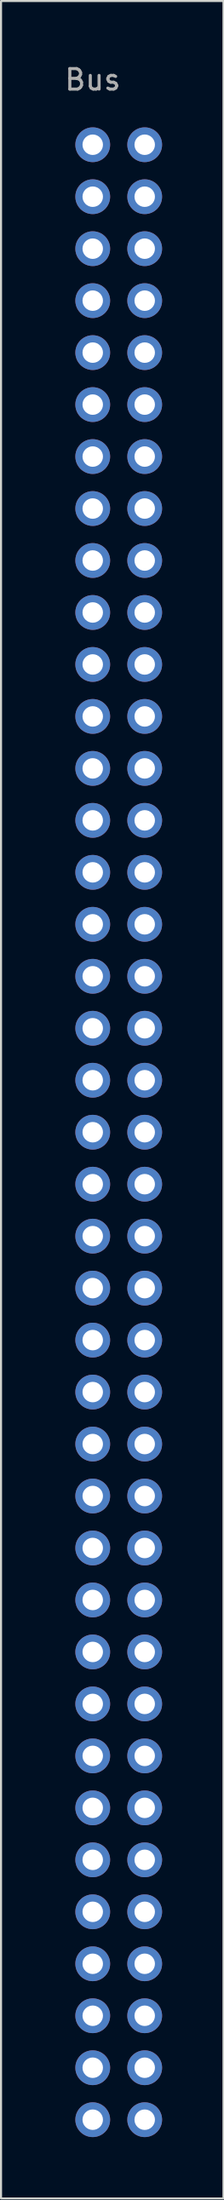
<source format=kicad_pcb>
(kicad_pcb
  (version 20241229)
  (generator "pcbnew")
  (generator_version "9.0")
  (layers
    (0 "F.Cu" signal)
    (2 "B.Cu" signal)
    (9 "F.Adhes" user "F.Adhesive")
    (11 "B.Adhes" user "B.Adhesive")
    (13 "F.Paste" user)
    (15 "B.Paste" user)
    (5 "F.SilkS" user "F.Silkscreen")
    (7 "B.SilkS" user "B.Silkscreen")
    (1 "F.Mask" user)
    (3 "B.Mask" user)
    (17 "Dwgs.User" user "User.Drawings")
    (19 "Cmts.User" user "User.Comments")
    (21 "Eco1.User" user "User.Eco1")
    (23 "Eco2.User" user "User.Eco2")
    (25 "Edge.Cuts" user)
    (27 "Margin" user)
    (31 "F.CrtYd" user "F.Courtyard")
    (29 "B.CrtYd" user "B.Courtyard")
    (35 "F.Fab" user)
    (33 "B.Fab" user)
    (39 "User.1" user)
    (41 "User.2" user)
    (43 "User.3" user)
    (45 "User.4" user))
  (footprint "Bus"
    (layer "F.Cu")
    (at 1.482 4.023)
    (property "Reference" "Bus" (at 0 -3.175 0) (layer "F.Fab") (effects (font (size 1 1) (thickness 0.15))))
    (attr through_hole)
    (pad "1" thru_hole oval (at 0 0) (size 1.7 1.7) (drill 1) (layers "*.Cu" "*.Mask"))
    (pad "1" thru_hole oval (at 2.54 0) (size 1.7 1.7) (drill 1) (layers "*.Cu" "*.Mask"))
    (pad "2" thru_hole oval (at 0 2.54) (size 1.7 1.7) (drill 1) (layers "*.Cu" "*.Mask"))
    (pad "2" thru_hole oval (at 2.54 2.54) (size 1.7 1.7) (drill 1) (layers "*.Cu" "*.Mask"))
    (pad "3" thru_hole oval (at 0 5.08) (size 1.7 1.7) (drill 1) (layers "*.Cu" "*.Mask"))
    (pad "3" thru_hole oval (at 2.54 5.08) (size 1.7 1.7) (drill 1) (layers "*.Cu" "*.Mask"))
    (pad "4" thru_hole oval (at 0 7.62) (size 1.7 1.7) (drill 1) (layers "*.Cu" "*.Mask"))
    (pad "4" thru_hole oval (at 2.54 7.62) (size 1.7 1.7) (drill 1) (layers "*.Cu" "*.Mask"))
    (pad "5" thru_hole oval (at 0 10.16) (size 1.7 1.7) (drill 1) (layers "*.Cu" "*.Mask"))
    (pad "5" thru_hole oval (at 2.54 10.16) (size 1.7 1.7) (drill 1) (layers "*.Cu" "*.Mask"))
    (pad "6" thru_hole oval (at 0 12.7) (size 1.7 1.7) (drill 1) (layers "*.Cu" "*.Mask"))
    (pad "6" thru_hole oval (at 2.54 12.7) (size 1.7 1.7) (drill 1) (layers "*.Cu" "*.Mask"))
    (pad "7" thru_hole oval (at 0 15.24) (size 1.7 1.7) (drill 1) (layers "*.Cu" "*.Mask"))
    (pad "7" thru_hole oval (at 2.54 15.24) (size 1.7 1.7) (drill 1) (layers "*.Cu" "*.Mask"))
    (pad "8" thru_hole oval (at 0 17.78) (size 1.7 1.7) (drill 1) (layers "*.Cu" "*.Mask"))
    (pad "8" thru_hole oval (at 2.54 17.78) (size 1.7 1.7) (drill 1) (layers "*.Cu" "*.Mask"))
    (pad "9" thru_hole oval (at 0 20.32) (size 1.7 1.7) (drill 1) (layers "*.Cu" "*.Mask"))
    (pad "9" thru_hole oval (at 2.54 20.32) (size 1.7 1.7) (drill 1) (layers "*.Cu" "*.Mask"))
    (pad "10" thru_hole oval (at 0 22.86) (size 1.7 1.7) (drill 1) (layers "*.Cu" "*.Mask"))
    (pad "10" thru_hole oval (at 2.54 22.86) (size 1.7 1.7) (drill 1) (layers "*.Cu" "*.Mask"))
    (pad "11" thru_hole oval (at 0 25.4) (size 1.7 1.7) (drill 1) (layers "*.Cu" "*.Mask"))
    (pad "11" thru_hole oval (at 2.54 25.4) (size 1.7 1.7) (drill 1) (layers "*.Cu" "*.Mask"))
    (pad "12" thru_hole oval (at 0 27.94) (size 1.7 1.7) (drill 1) (layers "*.Cu" "*.Mask"))
    (pad "12" thru_hole oval (at 2.54 27.94) (size 1.7 1.7) (drill 1) (layers "*.Cu" "*.Mask"))
    (pad "13" thru_hole oval (at 0 30.48) (size 1.7 1.7) (drill 1) (layers "*.Cu" "*.Mask"))
    (pad "13" thru_hole oval (at 2.54 30.48) (size 1.7 1.7) (drill 1) (layers "*.Cu" "*.Mask"))
    (pad "14" thru_hole oval (at 0 33.02) (size 1.7 1.7) (drill 1) (layers "*.Cu" "*.Mask"))
    (pad "14" thru_hole oval (at 2.54 33.02) (size 1.7 1.7) (drill 1) (layers "*.Cu" "*.Mask"))
    (pad "15" thru_hole oval (at 0 35.56) (size 1.7 1.7) (drill 1) (layers "*.Cu" "*.Mask"))
    (pad "15" thru_hole oval (at 2.54 35.56) (size 1.7 1.7) (drill 1) (layers "*.Cu" "*.Mask"))
    (pad "16" thru_hole oval (at 0 38.1) (size 1.7 1.7) (drill 1) (layers "*.Cu" "*.Mask"))
    (pad "16" thru_hole oval (at 2.54 38.1) (size 1.7 1.7) (drill 1) (layers "*.Cu" "*.Mask"))
    (pad "17" thru_hole oval (at 0 40.64) (size 1.7 1.7) (drill 1) (layers "*.Cu" "*.Mask"))
    (pad "17" thru_hole oval (at 2.54 40.64) (size 1.7 1.7) (drill 1) (layers "*.Cu" "*.Mask"))
    (pad "18" thru_hole oval (at 0 43.18) (size 1.7 1.7) (drill 1) (layers "*.Cu" "*.Mask"))
    (pad "18" thru_hole oval (at 2.54 43.18) (size 1.7 1.7) (drill 1) (layers "*.Cu" "*.Mask"))
    (pad "19" thru_hole oval (at 0 45.72) (size 1.7 1.7) (drill 1) (layers "*.Cu" "*.Mask"))
    (pad "19" thru_hole oval (at 2.54 45.72) (size 1.7 1.7) (drill 1) (layers "*.Cu" "*.Mask"))
    (pad "20" thru_hole oval (at 0 48.26) (size 1.7 1.7) (drill 1) (layers "*.Cu" "*.Mask"))
    (pad "20" thru_hole oval (at 2.54 48.26) (size 1.7 1.7) (drill 1) (layers "*.Cu" "*.Mask"))
    (pad "21" thru_hole oval (at 0 50.8) (size 1.7 1.7) (drill 1) (layers "*.Cu" "*.Mask"))
    (pad "21" thru_hole oval (at 2.54 50.8) (size 1.7 1.7) (drill 1) (layers "*.Cu" "*.Mask"))
    (pad "22" thru_hole oval (at 0 53.34) (size 1.7 1.7) (drill 1) (layers "*.Cu" "*.Mask"))
    (pad "22" thru_hole oval (at 2.54 53.34) (size 1.7 1.7) (drill 1) (layers "*.Cu" "*.Mask"))
    (pad "23" thru_hole oval (at 0 55.88) (size 1.7 1.7) (drill 1) (layers "*.Cu" "*.Mask"))
    (pad "23" thru_hole oval (at 2.54 55.88) (size 1.7 1.7) (drill 1) (layers "*.Cu" "*.Mask"))
    (pad "24" thru_hole oval (at 0 58.42) (size 1.7 1.7) (drill 1) (layers "*.Cu" "*.Mask"))
    (pad "24" thru_hole oval (at 2.54 58.42) (size 1.7 1.7) (drill 1) (layers "*.Cu" "*.Mask"))
    (pad "25" thru_hole oval (at 0 60.96) (size 1.7 1.7) (drill 1) (layers "*.Cu" "*.Mask"))
    (pad "25" thru_hole oval (at 2.54 60.96) (size 1.7 1.7) (drill 1) (layers "*.Cu" "*.Mask"))
    (pad "26" thru_hole oval (at 0 63.5) (size 1.7 1.7) (drill 1) (layers "*.Cu" "*.Mask"))
    (pad "26" thru_hole oval (at 2.54 63.5) (size 1.7 1.7) (drill 1) (layers "*.Cu" "*.Mask"))
    (pad "27" thru_hole oval (at 0 66.04) (size 1.7 1.7) (drill 1) (layers "*.Cu" "*.Mask"))
    (pad "27" thru_hole oval (at 2.54 66.04) (size 1.7 1.7) (drill 1) (layers "*.Cu" "*.Mask"))
    (pad "28" thru_hole oval (at 0 68.58) (size 1.7 1.7) (drill 1) (layers "*.Cu" "*.Mask"))
    (pad "28" thru_hole oval (at 2.54 68.58) (size 1.7 1.7) (drill 1) (layers "*.Cu" "*.Mask"))
    (pad "29" thru_hole oval (at 0 71.12) (size 1.7 1.7) (drill 1) (layers "*.Cu" "*.Mask"))
    (pad "29" thru_hole oval (at 2.54 71.12) (size 1.7 1.7) (drill 1) (layers "*.Cu" "*.Mask"))
    (pad "30" thru_hole oval (at 0 73.66) (size 1.7 1.7) (drill 1) (layers "*.Cu" "*.Mask"))
    (pad "30" thru_hole oval (at 2.54 73.66) (size 1.7 1.7) (drill 1) (layers "*.Cu" "*.Mask"))
    (pad "31" thru_hole oval (at 0 76.2) (size 1.7 1.7) (drill 1) (layers "*.Cu" "*.Mask"))
    (pad "31" thru_hole oval (at 2.54 76.2) (size 1.7 1.7) (drill 1) (layers "*.Cu" "*.Mask"))
    (pad "32" thru_hole oval (at 0 78.74) (size 1.7 1.7) (drill 1) (layers "*.Cu" "*.Mask"))
    (pad "32" thru_hole oval (at 2.54 78.74) (size 1.7 1.7) (drill 1) (layers "*.Cu" "*.Mask"))
    (pad "33" thru_hole oval (at 0 81.28) (size 1.7 1.7) (drill 1) (layers "*.Cu" "*.Mask"))
    (pad "33" thru_hole oval (at 2.54 81.28) (size 1.7 1.7) (drill 1) (layers "*.Cu" "*.Mask"))
    (pad "34" thru_hole oval (at 0 83.82) (size 1.7 1.7) (drill 1) (layers "*.Cu" "*.Mask"))
    (pad "34" thru_hole oval (at 2.54 83.82) (size 1.7 1.7) (drill 1) (layers "*.Cu" "*.Mask"))
    (pad "35" thru_hole oval (at 0 86.36) (size 1.7 1.7) (drill 1) (layers "*.Cu" "*.Mask"))
    (pad "35" thru_hole oval (at 2.54 86.36) (size 1.7 1.7) (drill 1) (layers "*.Cu" "*.Mask"))
    (pad "36" thru_hole oval (at 0 88.9) (size 1.7 1.7) (drill 1) (layers "*.Cu" "*.Mask"))
    (pad "36" thru_hole oval (at 2.54 88.9) (size 1.7 1.7) (drill 1) (layers "*.Cu" "*.Mask"))
    (pad "37" thru_hole oval (at 0 91.44) (size 1.7 1.7) (drill 1) (layers "*.Cu" "*.Mask"))
    (pad "37" thru_hole oval (at 2.54 91.44) (size 1.7 1.7) (drill 1) (layers "*.Cu" "*.Mask"))
    (pad "38" thru_hole oval (at 0 93.98) (size 1.7 1.7) (drill 1) (layers "*.Cu" "*.Mask"))
    (pad "38" thru_hole oval (at 2.54 93.98) (size 1.7 1.7) (drill 1) (layers "*.Cu" "*.Mask"))
    (pad "39" thru_hole oval (at 0 96.52) (size 1.7 1.7) (drill 1) (layers "*.Cu" "*.Mask"))
    (pad "39" thru_hole oval (at 2.54 96.52) (size 1.7 1.7) (drill 1) (layers "*.Cu" "*.Mask")))
  (gr_rect
    (start -3 -3)
    (end 7.872 104.393)
    (stroke (width 0.1) (type default))
    (fill no)
    (layer "Edge.Cuts")))
</source>
